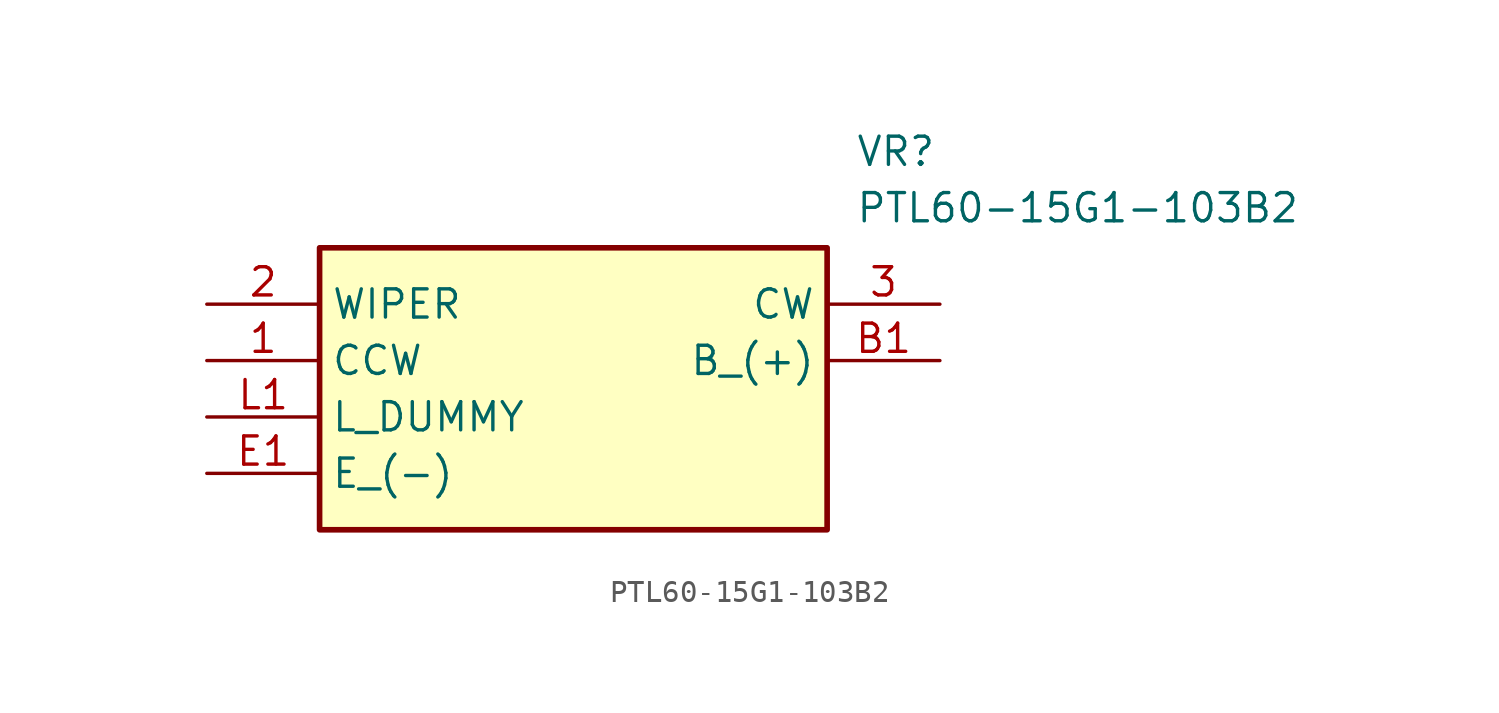
<source format=kicad_sym>
(kicad_symbol_lib
  (version 20211014)
  (generator SamacSys_ECAD_Model)
  (symbol "PTL60-15G1-103B2"
    (property "Reference" "VR"
      (at 29.21 7.62 0)
      (effects (font (size 1.27 1.27)) (justify left top)))
    (property "Value" "PTL60-15G1-103B2"
      (at 29.21 5.08 0)
      (effects (font (size 1.27 1.27)) (justify left top)))
    (rectangle
      (start 5.08 2.54)
      (end 27.94 -10.16)
      (stroke (width 0.254) (type default))
      (fill (type background)))
    (pin passive line
      (at 0 -2.54 0)
      (length 5.08)
      (name "CCW" (effects (font (size 1.27 1.27))))
      (number "1" (effects (font (size 1.27 1.27)))))
    (pin passive line
      (at 0 0 0)
      (length 5.08)
      (name "WIPER" (effects (font (size 1.27 1.27))))
      (number "2" (effects (font (size 1.27 1.27)))))
    (pin passive line
      (at 33.02 0 180)
      (length 5.08)
      (name "CW" (effects (font (size 1.27 1.27))))
      (number "3" (effects (font (size 1.27 1.27)))))
    (pin passive line
      (at 33.02 -2.54 180)
      (length 5.08)
      (name "B_(+)" (effects (font (size 1.27 1.27))))
      (number "B1" (effects (font (size 1.27 1.27)))))
    (pin passive line
      (at 0 -7.62 0)
      (length 5.08)
      (name "E_(-)" (effects (font (size 1.27 1.27))))
      (number "E1" (effects (font (size 1.27 1.27)))))
    (pin passive line
      (at 0 -5.08 0)
      (length 5.08)
      (name "L_DUMMY" (effects (font (size 1.27 1.27))))
      (number "L1" (effects (font (size 1.27 1.27)))))))
</source>
